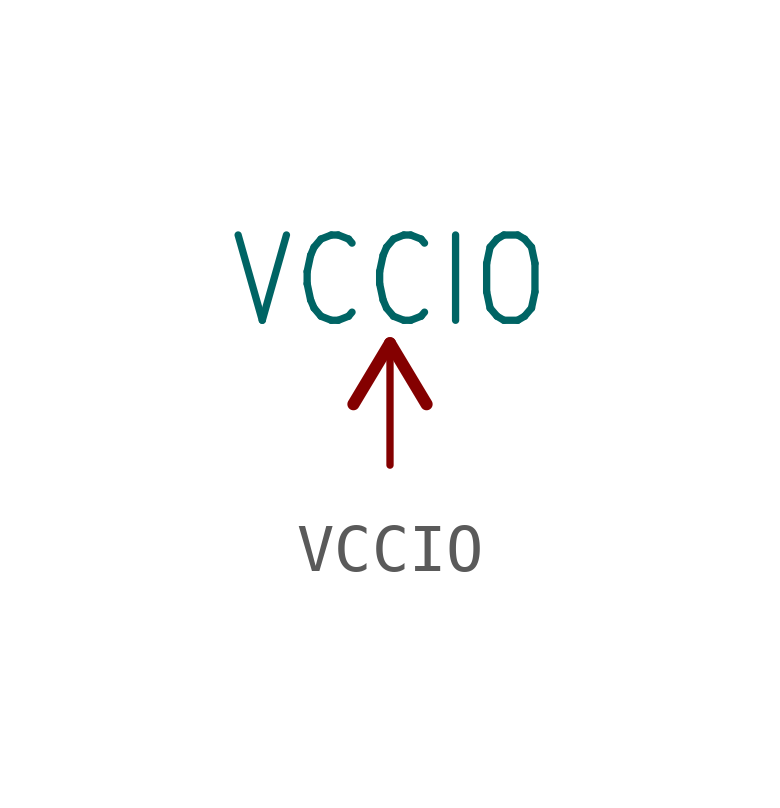
<source format=kicad_sym>
(kicad_symbol_lib
  (version 20220914)
  (generator kicad_symbol_editor)
  (symbol "VCCIO"
    (power)
    (property "Reference" "#SUPPLY"
      (at 0 0 0)
      (effects (font (size 1.27 1.27)) hide))
    (property "Value" "VCCIO"
      (at 0 2.794 0)
      (effects (font (size 1.778 1.511)) (justify bottom)))
    (property "ki_locked" ""
      (at 0 0 0)
      (effects (font (size 1.27 1.27))))
    (symbol "VCCIO_1_0"
      (polyline (pts (xy 0 2.54) (xy -0.762 1.27)) (stroke (width 0.254) (type solid)) (fill (type none)))
      (polyline (pts (xy 0.762 1.27) (xy 0 2.54)) (stroke (width 0.254) (type solid)) (fill (type none)))
      (pin power_in line (at 0 0 90) (length 2.54) (name "VCCIO" (effects (font (size 0 0)))) (number "1" (effects (font (size 0 0))))))))
</source>
